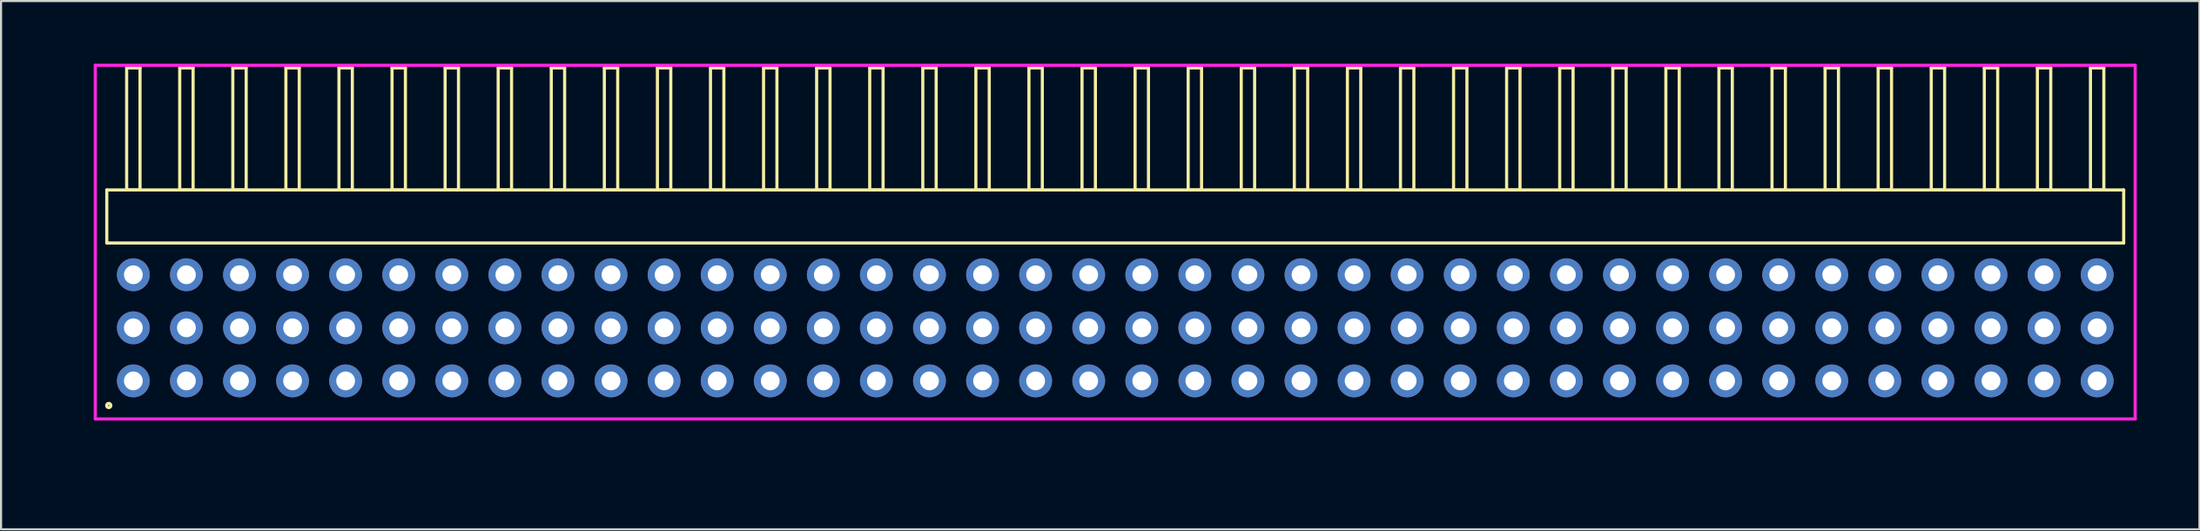
<source format=kicad_pcb>
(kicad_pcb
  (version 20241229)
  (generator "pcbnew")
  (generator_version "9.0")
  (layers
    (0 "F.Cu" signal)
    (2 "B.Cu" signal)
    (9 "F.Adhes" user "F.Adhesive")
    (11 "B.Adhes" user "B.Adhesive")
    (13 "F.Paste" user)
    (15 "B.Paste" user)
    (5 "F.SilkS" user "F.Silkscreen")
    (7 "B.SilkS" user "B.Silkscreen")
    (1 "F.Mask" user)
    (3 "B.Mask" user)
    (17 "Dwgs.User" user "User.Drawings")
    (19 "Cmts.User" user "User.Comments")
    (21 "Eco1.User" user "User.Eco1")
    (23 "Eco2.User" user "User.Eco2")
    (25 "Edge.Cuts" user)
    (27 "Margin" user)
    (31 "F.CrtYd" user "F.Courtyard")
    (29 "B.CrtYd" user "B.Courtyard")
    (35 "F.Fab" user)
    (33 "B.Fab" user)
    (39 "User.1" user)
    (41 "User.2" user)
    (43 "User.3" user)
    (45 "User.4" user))
  (footprint "HDR_RA254P38x3"
    (layer "F.Cu")
    (at 50.321 12.64)
    (property "Reference" "HDR_RA254P38x3" (at -49.56 0 90) (layer "User.1") (effects (font (size 1 1) (thickness 0.1))))
    (attr through_hole)
    (fp_line (start -48.26 -6.6) (end -48.26 -4.06) (stroke (width 0.15) (type solid)) (layer "F.SilkS"))
    (fp_line (start -48.26 -4.06) (end 48.26 -4.06) (stroke (width 0.15) (type solid)) (layer "F.SilkS"))
    (fp_line (start -47.31 -12.44) (end -47.31 -6.6) (stroke (width 0.15) (type solid)) (layer "F.SilkS"))
    (fp_line (start -47.31 -6.6) (end -46.67 -6.6) (stroke (width 0.15) (type solid)) (layer "F.SilkS"))
    (fp_line (start -46.67 -12.44) (end -47.31 -12.44) (stroke (width 0.15) (type solid)) (layer "F.SilkS"))
    (fp_line (start -46.67 -6.6) (end -46.67 -12.44) (stroke (width 0.15) (type solid)) (layer "F.SilkS"))
    (fp_line (start -44.77 -12.44) (end -44.77 -6.6) (stroke (width 0.15) (type solid)) (layer "F.SilkS"))
    (fp_line (start -44.77 -6.6) (end -44.13 -6.6) (stroke (width 0.15) (type solid)) (layer "F.SilkS"))
    (fp_line (start -44.13 -12.44) (end -44.77 -12.44) (stroke (width 0.15) (type solid)) (layer "F.SilkS"))
    (fp_line (start -44.13 -6.6) (end -44.13 -12.44) (stroke (width 0.15) (type solid)) (layer "F.SilkS"))
    (fp_line (start -42.23 -12.44) (end -42.23 -6.6) (stroke (width 0.15) (type solid)) (layer "F.SilkS"))
    (fp_line (start -42.23 -6.6) (end -41.59 -6.6) (stroke (width 0.15) (type solid)) (layer "F.SilkS"))
    (fp_line (start -41.59 -12.44) (end -42.23 -12.44) (stroke (width 0.15) (type solid)) (layer "F.SilkS"))
    (fp_line (start -41.59 -6.6) (end -41.59 -12.44) (stroke (width 0.15) (type solid)) (layer "F.SilkS"))
    (fp_line (start -39.69 -12.44) (end -39.69 -6.6) (stroke (width 0.15) (type solid)) (layer "F.SilkS"))
    (fp_line (start -39.69 -6.6) (end -39.05 -6.6) (stroke (width 0.15) (type solid)) (layer "F.SilkS"))
    (fp_line (start -39.05 -12.44) (end -39.69 -12.44) (stroke (width 0.15) (type solid)) (layer "F.SilkS"))
    (fp_line (start -39.05 -6.6) (end -39.05 -12.44) (stroke (width 0.15) (type solid)) (layer "F.SilkS"))
    (fp_line (start -37.15 -12.44) (end -37.15 -6.6) (stroke (width 0.15) (type solid)) (layer "F.SilkS"))
    (fp_line (start -37.15 -6.6) (end -36.51 -6.6) (stroke (width 0.15) (type solid)) (layer "F.SilkS"))
    (fp_line (start -36.51 -12.44) (end -37.15 -12.44) (stroke (width 0.15) (type solid)) (layer "F.SilkS"))
    (fp_line (start -36.51 -6.6) (end -36.51 -12.44) (stroke (width 0.15) (type solid)) (layer "F.SilkS"))
    (fp_line (start -34.61 -12.44) (end -34.61 -6.6) (stroke (width 0.15) (type solid)) (layer "F.SilkS"))
    (fp_line (start -34.61 -6.6) (end -33.97 -6.6) (stroke (width 0.15) (type solid)) (layer "F.SilkS"))
    (fp_line (start -33.97 -12.44) (end -34.61 -12.44) (stroke (width 0.15) (type solid)) (layer "F.SilkS"))
    (fp_line (start -33.97 -6.6) (end -33.97 -12.44) (stroke (width 0.15) (type solid)) (layer "F.SilkS"))
    (fp_line (start -32.07 -12.44) (end -32.07 -6.6) (stroke (width 0.15) (type solid)) (layer "F.SilkS"))
    (fp_line (start -32.07 -6.6) (end -31.43 -6.6) (stroke (width 0.15) (type solid)) (layer "F.SilkS"))
    (fp_line (start -31.43 -12.44) (end -32.07 -12.44) (stroke (width 0.15) (type solid)) (layer "F.SilkS"))
    (fp_line (start -31.43 -6.6) (end -31.43 -12.44) (stroke (width 0.15) (type solid)) (layer "F.SilkS"))
    (fp_line (start -29.53 -12.44) (end -29.53 -6.6) (stroke (width 0.15) (type solid)) (layer "F.SilkS"))
    (fp_line (start -29.53 -6.6) (end -28.89 -6.6) (stroke (width 0.15) (type solid)) (layer "F.SilkS"))
    (fp_line (start -28.89 -12.44) (end -29.53 -12.44) (stroke (width 0.15) (type solid)) (layer "F.SilkS"))
    (fp_line (start -28.89 -6.6) (end -28.89 -12.44) (stroke (width 0.15) (type solid)) (layer "F.SilkS"))
    (fp_line (start -26.99 -12.44) (end -26.99 -6.6) (stroke (width 0.15) (type solid)) (layer "F.SilkS"))
    (fp_line (start -26.99 -6.6) (end -26.35 -6.6) (stroke (width 0.15) (type solid)) (layer "F.SilkS"))
    (fp_line (start -26.35 -12.44) (end -26.99 -12.44) (stroke (width 0.15) (type solid)) (layer "F.SilkS"))
    (fp_line (start -26.35 -6.6) (end -26.35 -12.44) (stroke (width 0.15) (type solid)) (layer "F.SilkS"))
    (fp_line (start -24.45 -12.44) (end -24.45 -6.6) (stroke (width 0.15) (type solid)) (layer "F.SilkS"))
    (fp_line (start -24.45 -6.6) (end -23.81 -6.6) (stroke (width 0.15) (type solid)) (layer "F.SilkS"))
    (fp_line (start -23.81 -12.44) (end -24.45 -12.44) (stroke (width 0.15) (type solid)) (layer "F.SilkS"))
    (fp_line (start -23.81 -6.6) (end -23.81 -12.44) (stroke (width 0.15) (type solid)) (layer "F.SilkS"))
    (fp_line (start -21.91 -12.44) (end -21.91 -6.6) (stroke (width 0.15) (type solid)) (layer "F.SilkS"))
    (fp_line (start -21.91 -6.6) (end -21.27 -6.6) (stroke (width 0.15) (type solid)) (layer "F.SilkS"))
    (fp_line (start -21.27 -12.44) (end -21.91 -12.44) (stroke (width 0.15) (type solid)) (layer "F.SilkS"))
    (fp_line (start -21.27 -6.6) (end -21.27 -12.44) (stroke (width 0.15) (type solid)) (layer "F.SilkS"))
    (fp_line (start -19.37 -12.44) (end -19.37 -6.6) (stroke (width 0.15) (type solid)) (layer "F.SilkS"))
    (fp_line (start -19.37 -6.6) (end -18.73 -6.6) (stroke (width 0.15) (type solid)) (layer "F.SilkS"))
    (fp_line (start -18.73 -12.44) (end -19.37 -12.44) (stroke (width 0.15) (type solid)) (layer "F.SilkS"))
    (fp_line (start -18.73 -6.6) (end -18.73 -12.44) (stroke (width 0.15) (type solid)) (layer "F.SilkS"))
    (fp_line (start -16.83 -12.44) (end -16.83 -6.6) (stroke (width 0.15) (type solid)) (layer "F.SilkS"))
    (fp_line (start -16.83 -6.6) (end -16.19 -6.6) (stroke (width 0.15) (type solid)) (layer "F.SilkS"))
    (fp_line (start -16.19 -12.44) (end -16.83 -12.44) (stroke (width 0.15) (type solid)) (layer "F.SilkS"))
    (fp_line (start -16.19 -6.6) (end -16.19 -12.44) (stroke (width 0.15) (type solid)) (layer "F.SilkS"))
    (fp_line (start -14.29 -12.44) (end -14.29 -6.6) (stroke (width 0.15) (type solid)) (layer "F.SilkS"))
    (fp_line (start -14.29 -6.6) (end -13.65 -6.6) (stroke (width 0.15) (type solid)) (layer "F.SilkS"))
    (fp_line (start -13.65 -12.44) (end -14.29 -12.44) (stroke (width 0.15) (type solid)) (layer "F.SilkS"))
    (fp_line (start -13.65 -6.6) (end -13.65 -12.44) (stroke (width 0.15) (type solid)) (layer "F.SilkS"))
    (fp_line (start -11.75 -12.44) (end -11.75 -6.6) (stroke (width 0.15) (type solid)) (layer "F.SilkS"))
    (fp_line (start -11.75 -6.6) (end -11.11 -6.6) (stroke (width 0.15) (type solid)) (layer "F.SilkS"))
    (fp_line (start -11.11 -12.44) (end -11.75 -12.44) (stroke (width 0.15) (type solid)) (layer "F.SilkS"))
    (fp_line (start -11.11 -6.6) (end -11.11 -12.44) (stroke (width 0.15) (type solid)) (layer "F.SilkS"))
    (fp_line (start -9.21 -12.44) (end -9.21 -6.6) (stroke (width 0.15) (type solid)) (layer "F.SilkS"))
    (fp_line (start -9.21 -6.6) (end -8.57 -6.6) (stroke (width 0.15) (type solid)) (layer "F.SilkS"))
    (fp_line (start -8.57 -12.44) (end -9.21 -12.44) (stroke (width 0.15) (type solid)) (layer "F.SilkS"))
    (fp_line (start -8.57 -6.6) (end -8.57 -12.44) (stroke (width 0.15) (type solid)) (layer "F.SilkS"))
    (fp_line (start -6.67 -12.44) (end -6.67 -6.6) (stroke (width 0.15) (type solid)) (layer "F.SilkS"))
    (fp_line (start -6.67 -6.6) (end -6.03 -6.6) (stroke (width 0.15) (type solid)) (layer "F.SilkS"))
    (fp_line (start -6.03 -12.44) (end -6.67 -12.44) (stroke (width 0.15) (type solid)) (layer "F.SilkS"))
    (fp_line (start -6.03 -6.6) (end -6.03 -12.44) (stroke (width 0.15) (type solid)) (layer "F.SilkS"))
    (fp_line (start -4.13 -12.44) (end -4.13 -6.6) (stroke (width 0.15) (type solid)) (layer "F.SilkS"))
    (fp_line (start -4.13 -6.6) (end -3.49 -6.6) (stroke (width 0.15) (type solid)) (layer "F.SilkS"))
    (fp_line (start -3.49 -12.44) (end -4.13 -12.44) (stroke (width 0.15) (type solid)) (layer "F.SilkS"))
    (fp_line (start -3.49 -6.6) (end -3.49 -12.44) (stroke (width 0.15) (type solid)) (layer "F.SilkS"))
    (fp_line (start -1.59 -12.44) (end -1.59 -6.6) (stroke (width 0.15) (type solid)) (layer "F.SilkS"))
    (fp_line (start -1.59 -6.6) (end -0.95 -6.6) (stroke (width 0.15) (type solid)) (layer "F.SilkS"))
    (fp_line (start -0.95 -12.44) (end -1.59 -12.44) (stroke (width 0.15) (type solid)) (layer "F.SilkS"))
    (fp_line (start -0.95 -6.6) (end -0.95 -12.44) (stroke (width 0.15) (type solid)) (layer "F.SilkS"))
    (fp_line (start 0.95 -12.44) (end 0.95 -6.6) (stroke (width 0.15) (type solid)) (layer "F.SilkS"))
    (fp_line (start 0.95 -6.6) (end 1.59 -6.6) (stroke (width 0.15) (type solid)) (layer "F.SilkS"))
    (fp_line (start 1.59 -12.44) (end 0.95 -12.44) (stroke (width 0.15) (type solid)) (layer "F.SilkS"))
    (fp_line (start 1.59 -6.6) (end 1.59 -12.44) (stroke (width 0.15) (type solid)) (layer "F.SilkS"))
    (fp_line (start 3.49 -12.44) (end 3.49 -6.6) (stroke (width 0.15) (type solid)) (layer "F.SilkS"))
    (fp_line (start 3.49 -6.6) (end 4.13 -6.6) (stroke (width 0.15) (type solid)) (layer "F.SilkS"))
    (fp_line (start 4.13 -12.44) (end 3.49 -12.44) (stroke (width 0.15) (type solid)) (layer "F.SilkS"))
    (fp_line (start 4.13 -6.6) (end 4.13 -12.44) (stroke (width 0.15) (type solid)) (layer "F.SilkS"))
    (fp_line (start 6.03 -12.44) (end 6.03 -6.6) (stroke (width 0.15) (type solid)) (layer "F.SilkS"))
    (fp_line (start 6.03 -6.6) (end 6.67 -6.6) (stroke (width 0.15) (type solid)) (layer "F.SilkS"))
    (fp_line (start 6.67 -12.44) (end 6.03 -12.44) (stroke (width 0.15) (type solid)) (layer "F.SilkS"))
    (fp_line (start 6.67 -6.6) (end 6.67 -12.44) (stroke (width 0.15) (type solid)) (layer "F.SilkS"))
    (fp_line (start 8.57 -12.44) (end 8.57 -6.6) (stroke (width 0.15) (type solid)) (layer "F.SilkS"))
    (fp_line (start 8.57 -6.6) (end 9.21 -6.6) (stroke (width 0.15) (type solid)) (layer "F.SilkS"))
    (fp_line (start 9.21 -12.44) (end 8.57 -12.44) (stroke (width 0.15) (type solid)) (layer "F.SilkS"))
    (fp_line (start 9.21 -6.6) (end 9.21 -12.44) (stroke (width 0.15) (type solid)) (layer "F.SilkS"))
    (fp_line (start 11.11 -12.44) (end 11.11 -6.6) (stroke (width 0.15) (type solid)) (layer "F.SilkS"))
    (fp_line (start 11.11 -6.6) (end 11.75 -6.6) (stroke (width 0.15) (type solid)) (layer "F.SilkS"))
    (fp_line (start 11.75 -12.44) (end 11.11 -12.44) (stroke (width 0.15) (type solid)) (layer "F.SilkS"))
    (fp_line (start 11.75 -6.6) (end 11.75 -12.44) (stroke (width 0.15) (type solid)) (layer "F.SilkS"))
    (fp_line (start 13.65 -12.44) (end 13.65 -6.6) (stroke (width 0.15) (type solid)) (layer "F.SilkS"))
    (fp_line (start 13.65 -6.6) (end 14.29 -6.6) (stroke (width 0.15) (type solid)) (layer "F.SilkS"))
    (fp_line (start 14.29 -12.44) (end 13.65 -12.44) (stroke (width 0.15) (type solid)) (layer "F.SilkS"))
    (fp_line (start 14.29 -6.6) (end 14.29 -12.44) (stroke (width 0.15) (type solid)) (layer "F.SilkS"))
    (fp_line (start 16.19 -12.44) (end 16.19 -6.6) (stroke (width 0.15) (type solid)) (layer "F.SilkS"))
    (fp_line (start 16.19 -6.6) (end 16.83 -6.6) (stroke (width 0.15) (type solid)) (layer "F.SilkS"))
    (fp_line (start 16.83 -12.44) (end 16.19 -12.44) (stroke (width 0.15) (type solid)) (layer "F.SilkS"))
    (fp_line (start 16.83 -6.6) (end 16.83 -12.44) (stroke (width 0.15) (type solid)) (layer "F.SilkS"))
    (fp_line (start 18.73 -12.44) (end 18.73 -6.6) (stroke (width 0.15) (type solid)) (layer "F.SilkS"))
    (fp_line (start 18.73 -6.6) (end 19.37 -6.6) (stroke (width 0.15) (type solid)) (layer "F.SilkS"))
    (fp_line (start 19.37 -12.44) (end 18.73 -12.44) (stroke (width 0.15) (type solid)) (layer "F.SilkS"))
    (fp_line (start 19.37 -6.6) (end 19.37 -12.44) (stroke (width 0.15) (type solid)) (layer "F.SilkS"))
    (fp_line (start 21.27 -12.44) (end 21.27 -6.6) (stroke (width 0.15) (type solid)) (layer "F.SilkS"))
    (fp_line (start 21.27 -6.6) (end 21.91 -6.6) (stroke (width 0.15) (type solid)) (layer "F.SilkS"))
    (fp_line (start 21.91 -12.44) (end 21.27 -12.44) (stroke (width 0.15) (type solid)) (layer "F.SilkS"))
    (fp_line (start 21.91 -6.6) (end 21.91 -12.44) (stroke (width 0.15) (type solid)) (layer "F.SilkS"))
    (fp_line (start 23.81 -12.44) (end 23.81 -6.6) (stroke (width 0.15) (type solid)) (layer "F.SilkS"))
    (fp_line (start 23.81 -6.6) (end 24.45 -6.6) (stroke (width 0.15) (type solid)) (layer "F.SilkS"))
    (fp_line (start 24.45 -12.44) (end 23.81 -12.44) (stroke (width 0.15) (type solid)) (layer "F.SilkS"))
    (fp_line (start 24.45 -6.6) (end 24.45 -12.44) (stroke (width 0.15) (type solid)) (layer "F.SilkS"))
    (fp_line (start 26.35 -12.44) (end 26.35 -6.6) (stroke (width 0.15) (type solid)) (layer "F.SilkS"))
    (fp_line (start 26.35 -6.6) (end 26.99 -6.6) (stroke (width 0.15) (type solid)) (layer "F.SilkS"))
    (fp_line (start 26.99 -12.44) (end 26.35 -12.44) (stroke (width 0.15) (type solid)) (layer "F.SilkS"))
    (fp_line (start 26.99 -6.6) (end 26.99 -12.44) (stroke (width 0.15) (type solid)) (layer "F.SilkS"))
    (fp_line (start 28.89 -12.44) (end 28.89 -6.6) (stroke (width 0.15) (type solid)) (layer "F.SilkS"))
    (fp_line (start 28.89 -6.6) (end 29.53 -6.6) (stroke (width 0.15) (type solid)) (layer "F.SilkS"))
    (fp_line (start 29.53 -12.44) (end 28.89 -12.44) (stroke (width 0.15) (type solid)) (layer "F.SilkS"))
    (fp_line (start 29.53 -6.6) (end 29.53 -12.44) (stroke (width 0.15) (type solid)) (layer "F.SilkS"))
    (fp_line (start 31.43 -12.44) (end 31.43 -6.6) (stroke (width 0.15) (type solid)) (layer "F.SilkS"))
    (fp_line (start 31.43 -6.6) (end 32.07 -6.6) (stroke (width 0.15) (type solid)) (layer "F.SilkS"))
    (fp_line (start 32.07 -12.44) (end 31.43 -12.44) (stroke (width 0.15) (type solid)) (layer "F.SilkS"))
    (fp_line (start 32.07 -6.6) (end 32.07 -12.44) (stroke (width 0.15) (type solid)) (layer "F.SilkS"))
    (fp_line (start 33.97 -12.44) (end 33.97 -6.6) (stroke (width 0.15) (type solid)) (layer "F.SilkS"))
    (fp_line (start 33.97 -6.6) (end 34.61 -6.6) (stroke (width 0.15) (type solid)) (layer "F.SilkS"))
    (fp_line (start 34.61 -12.44) (end 33.97 -12.44) (stroke (width 0.15) (type solid)) (layer "F.SilkS"))
    (fp_line (start 34.61 -6.6) (end 34.61 -12.44) (stroke (width 0.15) (type solid)) (layer "F.SilkS"))
    (fp_line (start 36.51 -12.44) (end 36.51 -6.6) (stroke (width 0.15) (type solid)) (layer "F.SilkS"))
    (fp_line (start 36.51 -6.6) (end 37.15 -6.6) (stroke (width 0.15) (type solid)) (layer "F.SilkS"))
    (fp_line (start 37.15 -12.44) (end 36.51 -12.44) (stroke (width 0.15) (type solid)) (layer "F.SilkS"))
    (fp_line (start 37.15 -6.6) (end 37.15 -12.44) (stroke (width 0.15) (type solid)) (layer "F.SilkS"))
    (fp_line (start 39.05 -12.44) (end 39.05 -6.6) (stroke (width 0.15) (type solid)) (layer "F.SilkS"))
    (fp_line (start 39.05 -6.6) (end 39.69 -6.6) (stroke (width 0.15) (type solid)) (layer "F.SilkS"))
    (fp_line (start 39.69 -12.44) (end 39.05 -12.44) (stroke (width 0.15) (type solid)) (layer "F.SilkS"))
    (fp_line (start 39.69 -6.6) (end 39.69 -12.44) (stroke (width 0.15) (type solid)) (layer "F.SilkS"))
    (fp_line (start 41.59 -12.44) (end 41.59 -6.6) (stroke (width 0.15) (type solid)) (layer "F.SilkS"))
    (fp_line (start 41.59 -6.6) (end 42.23 -6.6) (stroke (width 0.15) (type solid)) (layer "F.SilkS"))
    (fp_line (start 42.23 -12.44) (end 41.59 -12.44) (stroke (width 0.15) (type solid)) (layer "F.SilkS"))
    (fp_line (start 42.23 -6.6) (end 42.23 -12.44) (stroke (width 0.15) (type solid)) (layer "F.SilkS"))
    (fp_line (start 44.13 -12.44) (end 44.13 -6.6) (stroke (width 0.15) (type solid)) (layer "F.SilkS"))
    (fp_line (start 44.13 -6.6) (end 44.77 -6.6) (stroke (width 0.15) (type solid)) (layer "F.SilkS"))
    (fp_line (start 44.77 -12.44) (end 44.13 -12.44) (stroke (width 0.15) (type solid)) (layer "F.SilkS"))
    (fp_line (start 44.77 -6.6) (end 44.77 -12.44) (stroke (width 0.15) (type solid)) (layer "F.SilkS"))
    (fp_line (start 46.67 -12.44) (end 46.67 -6.6) (stroke (width 0.15) (type solid)) (layer "F.SilkS"))
    (fp_line (start 46.67 -6.6) (end 47.31 -6.6) (stroke (width 0.15) (type solid)) (layer "F.SilkS"))
    (fp_line (start 47.31 -12.44) (end 46.67 -12.44) (stroke (width 0.15) (type solid)) (layer "F.SilkS"))
    (fp_line (start 47.31 -6.6) (end 47.31 -12.44) (stroke (width 0.15) (type solid)) (layer "F.SilkS"))
    (fp_line (start 48.26 -6.6) (end -48.26 -6.6) (stroke (width 0.15) (type solid)) (layer "F.SilkS"))
    (fp_line (start 48.26 -4.06) (end 48.26 -6.6) (stroke (width 0.15) (type solid)) (layer "F.SilkS"))
    (fp_circle (center -48.167 3.718) (end -48.067 3.718) (stroke (width 0.15) (type solid)) (fill no) (layer "F.SilkS"))
    (fp_line (start -48.81 -12.565) (end -48.81 4.36) (stroke (width 0.15) (type solid)) (layer "F.CrtYd"))
    (fp_line (start -48.81 4.36) (end 48.81 4.36) (stroke (width 0.15) (type solid)) (layer "F.CrtYd"))
    (fp_line (start 48.81 -12.565) (end -48.81 -12.565) (stroke (width 0.15) (type solid)) (layer "F.CrtYd"))
    (fp_line (start 48.81 4.36) (end 48.81 -12.565) (stroke (width 0.15) (type solid)) (layer "F.CrtYd"))
    (pad "1" thru_hole oval (at -46.99 2.54) (size 1.57 1.57) (drill 0.9) (layers "*.Cu" "*.Mask"))
    (pad "2" thru_hole oval (at -46.99 0) (size 1.57 1.57) (drill 0.9) (layers "*.Cu" "*.Mask"))
    (pad "3" thru_hole oval (at -46.99 -2.54) (size 1.57 1.57) (drill 0.9) (layers "*.Cu" "*.Mask"))
    (pad "4" thru_hole oval (at -44.45 2.54) (size 1.57 1.57) (drill 0.9) (layers "*.Cu" "*.Mask"))
    (pad "5" thru_hole oval (at -44.45 0) (size 1.57 1.57) (drill 0.9) (layers "*.Cu" "*.Mask"))
    (pad "6" thru_hole oval (at -44.45 -2.54) (size 1.57 1.57) (drill 0.9) (layers "*.Cu" "*.Mask"))
    (pad "7" thru_hole oval (at -41.91 2.54) (size 1.57 1.57) (drill 0.9) (layers "*.Cu" "*.Mask"))
    (pad "8" thru_hole oval (at -41.91 0) (size 1.57 1.57) (drill 0.9) (layers "*.Cu" "*.Mask"))
    (pad "9" thru_hole oval (at -41.91 -2.54) (size 1.57 1.57) (drill 0.9) (layers "*.Cu" "*.Mask"))
    (pad "10" thru_hole oval (at -39.37 2.54) (size 1.57 1.57) (drill 0.9) (layers "*.Cu" "*.Mask"))
    (pad "11" thru_hole oval (at -39.37 0) (size 1.57 1.57) (drill 0.9) (layers "*.Cu" "*.Mask"))
    (pad "12" thru_hole oval (at -39.37 -2.54) (size 1.57 1.57) (drill 0.9) (layers "*.Cu" "*.Mask"))
    (pad "13" thru_hole oval (at -36.83 2.54) (size 1.57 1.57) (drill 0.9) (layers "*.Cu" "*.Mask"))
    (pad "14" thru_hole oval (at -36.83 0) (size 1.57 1.57) (drill 0.9) (layers "*.Cu" "*.Mask"))
    (pad "15" thru_hole oval (at -36.83 -2.54) (size 1.57 1.57) (drill 0.9) (layers "*.Cu" "*.Mask"))
    (pad "16" thru_hole oval (at -34.29 2.54) (size 1.57 1.57) (drill 0.9) (layers "*.Cu" "*.Mask"))
    (pad "17" thru_hole oval (at -34.29 0) (size 1.57 1.57) (drill 0.9) (layers "*.Cu" "*.Mask"))
    (pad "18" thru_hole oval (at -34.29 -2.54) (size 1.57 1.57) (drill 0.9) (layers "*.Cu" "*.Mask"))
    (pad "19" thru_hole oval (at -31.75 2.54) (size 1.57 1.57) (drill 0.9) (layers "*.Cu" "*.Mask"))
    (pad "20" thru_hole oval (at -31.75 0) (size 1.57 1.57) (drill 0.9) (layers "*.Cu" "*.Mask"))
    (pad "21" thru_hole oval (at -31.75 -2.54) (size 1.57 1.57) (drill 0.9) (layers "*.Cu" "*.Mask"))
    (pad "22" thru_hole oval (at -29.21 2.54) (size 1.57 1.57) (drill 0.9) (layers "*.Cu" "*.Mask"))
    (pad "23" thru_hole oval (at -29.21 0) (size 1.57 1.57) (drill 0.9) (layers "*.Cu" "*.Mask"))
    (pad "24" thru_hole oval (at -29.21 -2.54) (size 1.57 1.57) (drill 0.9) (layers "*.Cu" "*.Mask"))
    (pad "25" thru_hole oval (at -26.67 2.54) (size 1.57 1.57) (drill 0.9) (layers "*.Cu" "*.Mask"))
    (pad "26" thru_hole oval (at -26.67 0) (size 1.57 1.57) (drill 0.9) (layers "*.Cu" "*.Mask"))
    (pad "27" thru_hole oval (at -26.67 -2.54) (size 1.57 1.57) (drill 0.9) (layers "*.Cu" "*.Mask"))
    (pad "28" thru_hole oval (at -24.13 2.54) (size 1.57 1.57) (drill 0.9) (layers "*.Cu" "*.Mask"))
    (pad "29" thru_hole oval (at -24.13 0) (size 1.57 1.57) (drill 0.9) (layers "*.Cu" "*.Mask"))
    (pad "30" thru_hole oval (at -24.13 -2.54) (size 1.57 1.57) (drill 0.9) (layers "*.Cu" "*.Mask"))
    (pad "31" thru_hole oval (at -21.59 2.54) (size 1.57 1.57) (drill 0.9) (layers "*.Cu" "*.Mask"))
    (pad "32" thru_hole oval (at -21.59 0) (size 1.57 1.57) (drill 0.9) (layers "*.Cu" "*.Mask"))
    (pad "33" thru_hole oval (at -21.59 -2.54) (size 1.57 1.57) (drill 0.9) (layers "*.Cu" "*.Mask"))
    (pad "34" thru_hole oval (at -19.05 2.54) (size 1.57 1.57) (drill 0.9) (layers "*.Cu" "*.Mask"))
    (pad "35" thru_hole oval (at -19.05 0) (size 1.57 1.57) (drill 0.9) (layers "*.Cu" "*.Mask"))
    (pad "36" thru_hole oval (at -19.05 -2.54) (size 1.57 1.57) (drill 0.9) (layers "*.Cu" "*.Mask"))
    (pad "37" thru_hole oval (at -16.51 2.54) (size 1.57 1.57) (drill 0.9) (layers "*.Cu" "*.Mask"))
    (pad "38" thru_hole oval (at -16.51 0) (size 1.57 1.57) (drill 0.9) (layers "*.Cu" "*.Mask"))
    (pad "39" thru_hole oval (at -16.51 -2.54) (size 1.57 1.57) (drill 0.9) (layers "*.Cu" "*.Mask"))
    (pad "40" thru_hole oval (at -13.97 2.54) (size 1.57 1.57) (drill 0.9) (layers "*.Cu" "*.Mask"))
    (pad "41" thru_hole oval (at -13.97 0) (size 1.57 1.57) (drill 0.9) (layers "*.Cu" "*.Mask"))
    (pad "42" thru_hole oval (at -13.97 -2.54) (size 1.57 1.57) (drill 0.9) (layers "*.Cu" "*.Mask"))
    (pad "43" thru_hole oval (at -11.43 2.54) (size 1.57 1.57) (drill 0.9) (layers "*.Cu" "*.Mask"))
    (pad "44" thru_hole oval (at -11.43 0) (size 1.57 1.57) (drill 0.9) (layers "*.Cu" "*.Mask"))
    (pad "45" thru_hole oval (at -11.43 -2.54) (size 1.57 1.57) (drill 0.9) (layers "*.Cu" "*.Mask"))
    (pad "46" thru_hole oval (at -8.89 2.54) (size 1.57 1.57) (drill 0.9) (layers "*.Cu" "*.Mask"))
    (pad "47" thru_hole oval (at -8.89 0) (size 1.57 1.57) (drill 0.9) (layers "*.Cu" "*.Mask"))
    (pad "48" thru_hole oval (at -8.89 -2.54) (size 1.57 1.57) (drill 0.9) (layers "*.Cu" "*.Mask"))
    (pad "49" thru_hole oval (at -6.35 2.54) (size 1.57 1.57) (drill 0.9) (layers "*.Cu" "*.Mask"))
    (pad "50" thru_hole oval (at -6.35 0) (size 1.57 1.57) (drill 0.9) (layers "*.Cu" "*.Mask"))
    (pad "51" thru_hole oval (at -6.35 -2.54) (size 1.57 1.57) (drill 0.9) (layers "*.Cu" "*.Mask"))
    (pad "52" thru_hole oval (at -3.81 2.54) (size 1.57 1.57) (drill 0.9) (layers "*.Cu" "*.Mask"))
    (pad "53" thru_hole oval (at -3.81 0) (size 1.57 1.57) (drill 0.9) (layers "*.Cu" "*.Mask"))
    (pad "54" thru_hole oval (at -3.81 -2.54) (size 1.57 1.57) (drill 0.9) (layers "*.Cu" "*.Mask"))
    (pad "55" thru_hole oval (at -1.27 2.54) (size 1.57 1.57) (drill 0.9) (layers "*.Cu" "*.Mask"))
    (pad "56" thru_hole oval (at -1.27 0) (size 1.57 1.57) (drill 0.9) (layers "*.Cu" "*.Mask"))
    (pad "57" thru_hole oval (at -1.27 -2.54) (size 1.57 1.57) (drill 0.9) (layers "*.Cu" "*.Mask"))
    (pad "58" thru_hole oval (at 1.27 2.54) (size 1.57 1.57) (drill 0.9) (layers "*.Cu" "*.Mask"))
    (pad "59" thru_hole oval (at 1.27 0) (size 1.57 1.57) (drill 0.9) (layers "*.Cu" "*.Mask"))
    (pad "60" thru_hole oval (at 1.27 -2.54) (size 1.57 1.57) (drill 0.9) (layers "*.Cu" "*.Mask"))
    (pad "61" thru_hole oval (at 3.81 2.54) (size 1.57 1.57) (drill 0.9) (layers "*.Cu" "*.Mask"))
    (pad "62" thru_hole oval (at 3.81 0) (size 1.57 1.57) (drill 0.9) (layers "*.Cu" "*.Mask"))
    (pad "63" thru_hole oval (at 3.81 -2.54) (size 1.57 1.57) (drill 0.9) (layers "*.Cu" "*.Mask"))
    (pad "64" thru_hole oval (at 6.35 2.54) (size 1.57 1.57) (drill 0.9) (layers "*.Cu" "*.Mask"))
    (pad "65" thru_hole oval (at 6.35 0) (size 1.57 1.57) (drill 0.9) (layers "*.Cu" "*.Mask"))
    (pad "66" thru_hole oval (at 6.35 -2.54) (size 1.57 1.57) (drill 0.9) (layers "*.Cu" "*.Mask"))
    (pad "67" thru_hole oval (at 8.89 2.54) (size 1.57 1.57) (drill 0.9) (layers "*.Cu" "*.Mask"))
    (pad "68" thru_hole oval (at 8.89 0) (size 1.57 1.57) (drill 0.9) (layers "*.Cu" "*.Mask"))
    (pad "69" thru_hole oval (at 8.89 -2.54) (size 1.57 1.57) (drill 0.9) (layers "*.Cu" "*.Mask"))
    (pad "70" thru_hole oval (at 11.43 2.54) (size 1.57 1.57) (drill 0.9) (layers "*.Cu" "*.Mask"))
    (pad "71" thru_hole oval (at 11.43 0) (size 1.57 1.57) (drill 0.9) (layers "*.Cu" "*.Mask"))
    (pad "72" thru_hole oval (at 11.43 -2.54) (size 1.57 1.57) (drill 0.9) (layers "*.Cu" "*.Mask"))
    (pad "73" thru_hole oval (at 13.97 2.54) (size 1.57 1.57) (drill 0.9) (layers "*.Cu" "*.Mask"))
    (pad "74" thru_hole oval (at 13.97 0) (size 1.57 1.57) (drill 0.9) (layers "*.Cu" "*.Mask"))
    (pad "75" thru_hole oval (at 13.97 -2.54) (size 1.57 1.57) (drill 0.9) (layers "*.Cu" "*.Mask"))
    (pad "76" thru_hole oval (at 16.51 2.54) (size 1.57 1.57) (drill 0.9) (layers "*.Cu" "*.Mask"))
    (pad "77" thru_hole oval (at 16.51 0) (size 1.57 1.57) (drill 0.9) (layers "*.Cu" "*.Mask"))
    (pad "78" thru_hole oval (at 16.51 -2.54) (size 1.57 1.57) (drill 0.9) (layers "*.Cu" "*.Mask"))
    (pad "79" thru_hole oval (at 19.05 2.54) (size 1.57 1.57) (drill 0.9) (layers "*.Cu" "*.Mask"))
    (pad "80" thru_hole oval (at 19.05 0) (size 1.57 1.57) (drill 0.9) (layers "*.Cu" "*.Mask"))
    (pad "81" thru_hole oval (at 19.05 -2.54) (size 1.57 1.57) (drill 0.9) (layers "*.Cu" "*.Mask"))
    (pad "82" thru_hole oval (at 21.59 2.54) (size 1.57 1.57) (drill 0.9) (layers "*.Cu" "*.Mask"))
    (pad "83" thru_hole oval (at 21.59 0) (size 1.57 1.57) (drill 0.9) (layers "*.Cu" "*.Mask"))
    (pad "84" thru_hole oval (at 21.59 -2.54) (size 1.57 1.57) (drill 0.9) (layers "*.Cu" "*.Mask"))
    (pad "85" thru_hole oval (at 24.13 2.54) (size 1.57 1.57) (drill 0.9) (layers "*.Cu" "*.Mask"))
    (pad "86" thru_hole oval (at 24.13 0) (size 1.57 1.57) (drill 0.9) (layers "*.Cu" "*.Mask"))
    (pad "87" thru_hole oval (at 24.13 -2.54) (size 1.57 1.57) (drill 0.9) (layers "*.Cu" "*.Mask"))
    (pad "88" thru_hole oval (at 26.67 2.54) (size 1.57 1.57) (drill 0.9) (layers "*.Cu" "*.Mask"))
    (pad "89" thru_hole oval (at 26.67 0) (size 1.57 1.57) (drill 0.9) (layers "*.Cu" "*.Mask"))
    (pad "90" thru_hole oval (at 26.67 -2.54) (size 1.57 1.57) (drill 0.9) (layers "*.Cu" "*.Mask"))
    (pad "91" thru_hole oval (at 29.21 2.54) (size 1.57 1.57) (drill 0.9) (layers "*.Cu" "*.Mask"))
    (pad "92" thru_hole oval (at 29.21 0) (size 1.57 1.57) (drill 0.9) (layers "*.Cu" "*.Mask"))
    (pad "93" thru_hole oval (at 29.21 -2.54) (size 1.57 1.57) (drill 0.9) (layers "*.Cu" "*.Mask"))
    (pad "94" thru_hole oval (at 31.75 2.54) (size 1.57 1.57) (drill 0.9) (layers "*.Cu" "*.Mask"))
    (pad "95" thru_hole oval (at 31.75 0) (size 1.57 1.57) (drill 0.9) (layers "*.Cu" "*.Mask"))
    (pad "96" thru_hole oval (at 31.75 -2.54) (size 1.57 1.57) (drill 0.9) (layers "*.Cu" "*.Mask"))
    (pad "97" thru_hole oval (at 34.29 2.54) (size 1.57 1.57) (drill 0.9) (layers "*.Cu" "*.Mask"))
    (pad "98" thru_hole oval (at 34.29 0) (size 1.57 1.57) (drill 0.9) (layers "*.Cu" "*.Mask"))
    (pad "99" thru_hole oval (at 34.29 -2.54) (size 1.57 1.57) (drill 0.9) (layers "*.Cu" "*.Mask"))
    (pad "100" thru_hole oval (at 36.83 2.54) (size 1.57 1.57) (drill 0.9) (layers "*.Cu" "*.Mask"))
    (pad "101" thru_hole oval (at 36.83 0) (size 1.57 1.57) (drill 0.9) (layers "*.Cu" "*.Mask"))
    (pad "102" thru_hole oval (at 36.83 -2.54) (size 1.57 1.57) (drill 0.9) (layers "*.Cu" "*.Mask"))
    (pad "103" thru_hole oval (at 39.37 2.54) (size 1.57 1.57) (drill 0.9) (layers "*.Cu" "*.Mask"))
    (pad "104" thru_hole oval (at 39.37 0) (size 1.57 1.57) (drill 0.9) (layers "*.Cu" "*.Mask"))
    (pad "105" thru_hole oval (at 39.37 -2.54) (size 1.57 1.57) (drill 0.9) (layers "*.Cu" "*.Mask"))
    (pad "106" thru_hole oval (at 41.91 2.54) (size 1.57 1.57) (drill 0.9) (layers "*.Cu" "*.Mask"))
    (pad "107" thru_hole oval (at 41.91 0) (size 1.57 1.57) (drill 0.9) (layers "*.Cu" "*.Mask"))
    (pad "108" thru_hole oval (at 41.91 -2.54) (size 1.57 1.57) (drill 0.9) (layers "*.Cu" "*.Mask"))
    (pad "109" thru_hole oval (at 44.45 2.54) (size 1.57 1.57) (drill 0.9) (layers "*.Cu" "*.Mask"))
    (pad "110" thru_hole oval (at 44.45 0) (size 1.57 1.57) (drill 0.9) (layers "*.Cu" "*.Mask"))
    (pad "111" thru_hole oval (at 44.45 -2.54) (size 1.57 1.57) (drill 0.9) (layers "*.Cu" "*.Mask"))
    (pad "112" thru_hole oval (at 46.99 2.54) (size 1.57 1.57) (drill 0.9) (layers "*.Cu" "*.Mask"))
    (pad "113" thru_hole oval (at 46.99 0) (size 1.57 1.57) (drill 0.9) (layers "*.Cu" "*.Mask"))
    (pad "114" thru_hole oval (at 46.99 -2.54) (size 1.57 1.57) (drill 0.9) (layers "*.Cu" "*.Mask")))
  (gr_rect
    (start -3 -3)
    (end 102.206 22.285)
    (stroke (width 0.1) (type default))
    (fill no)
    (layer "Edge.Cuts")))
</source>
